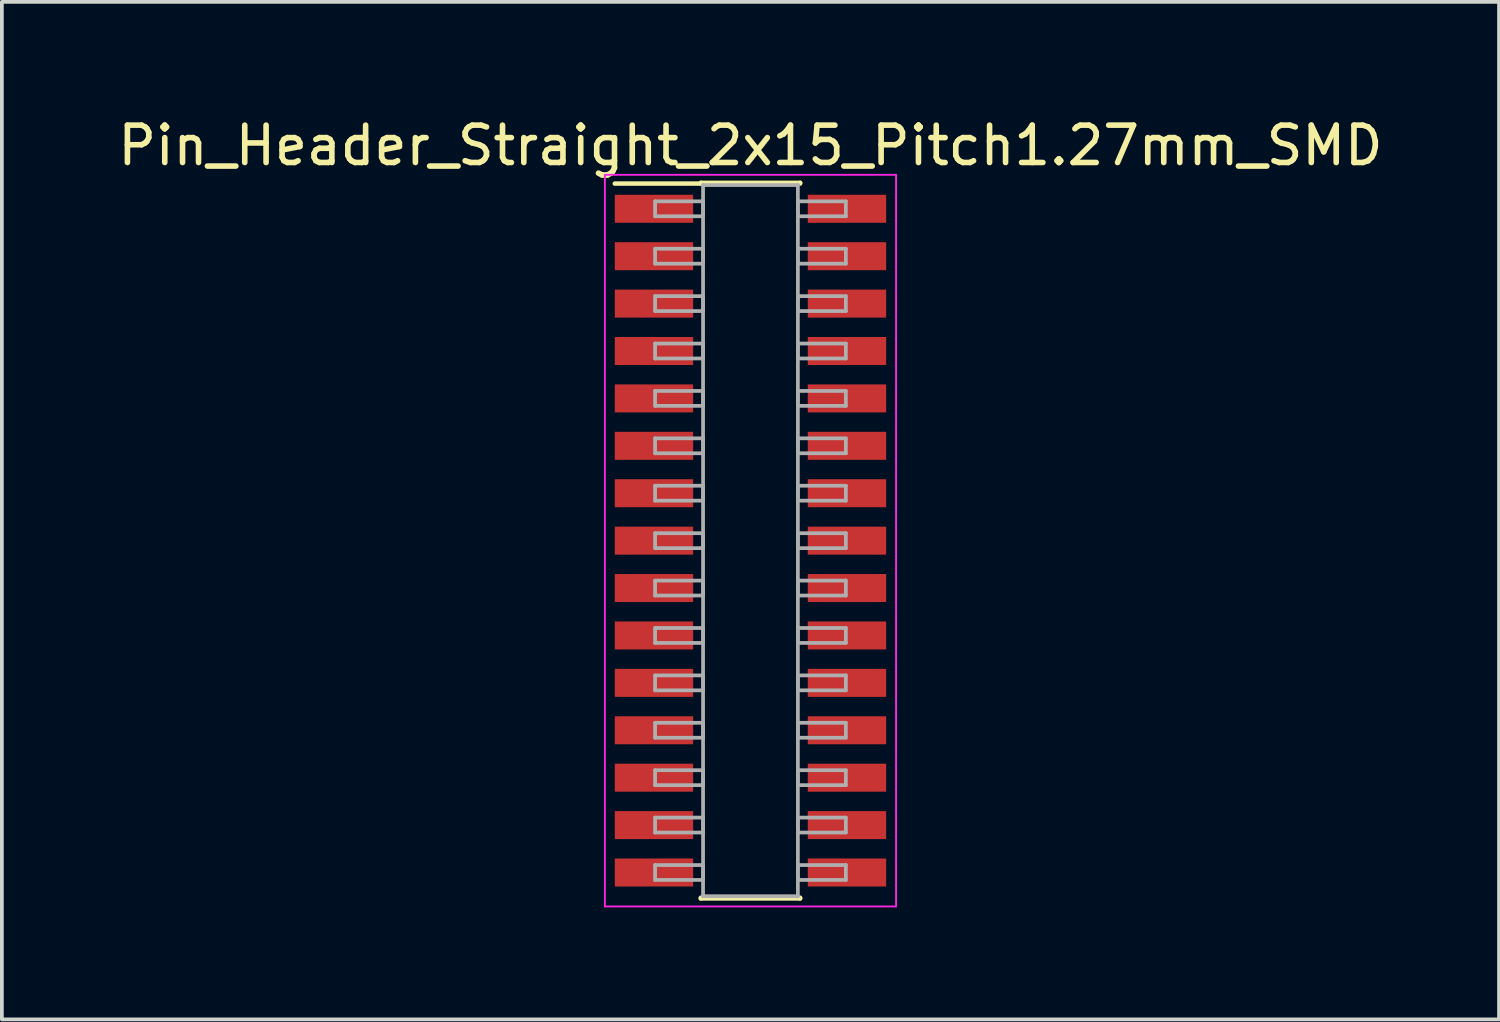
<source format=kicad_pcb>
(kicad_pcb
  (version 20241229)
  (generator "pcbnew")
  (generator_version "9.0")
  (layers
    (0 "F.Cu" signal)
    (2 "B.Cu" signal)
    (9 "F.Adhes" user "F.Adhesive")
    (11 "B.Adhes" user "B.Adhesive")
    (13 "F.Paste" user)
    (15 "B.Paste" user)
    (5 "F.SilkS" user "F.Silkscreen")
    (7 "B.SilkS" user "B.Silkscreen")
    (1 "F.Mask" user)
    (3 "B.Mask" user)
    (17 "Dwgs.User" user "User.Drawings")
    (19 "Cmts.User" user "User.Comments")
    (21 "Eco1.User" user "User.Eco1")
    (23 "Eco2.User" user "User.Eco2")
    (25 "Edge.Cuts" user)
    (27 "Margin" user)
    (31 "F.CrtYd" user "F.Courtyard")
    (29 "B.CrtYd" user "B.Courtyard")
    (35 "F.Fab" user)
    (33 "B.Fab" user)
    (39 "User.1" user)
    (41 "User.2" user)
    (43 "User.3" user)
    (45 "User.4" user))
  (footprint "Pin_Header_Straight_2x15_Pitch1.27mm_SMD"
    (layer "F.Cu")
    (at 17.054 11.433)
    (property "Reference" "Pin_Header_Straight_2x15_Pitch1.27mm_SMD" (at 0 -10.585 0) (layer "F.SilkS") (effects (font (size 1 1) (thickness 0.15))))
    (attr smd)
    (fp_line (start -3.635 -9.565) (end -1.33 -9.565) (stroke (width 0.12) (type solid)) (layer "F.SilkS"))
    (fp_line (start -1.33 -9.585) (end 1.33 -9.585) (stroke (width 0.12) (type solid)) (layer "F.SilkS"))
    (fp_line (start -1.33 -9.565) (end -1.33 -9.585) (stroke (width 0.12) (type solid)) (layer "F.SilkS"))
    (fp_line (start -1.33 9.565) (end -1.33 9.585) (stroke (width 0.12) (type solid)) (layer "F.SilkS"))
    (fp_line (start -1.33 9.585) (end 1.33 9.585) (stroke (width 0.12) (type solid)) (layer "F.SilkS"))
    (fp_line (start 1.33 -9.585) (end 1.33 -9.565) (stroke (width 0.12) (type solid)) (layer "F.SilkS"))
    (fp_line (start 1.33 9.585) (end 1.33 9.565) (stroke (width 0.12) (type solid)) (layer "F.SilkS"))
    (fp_line (start -3.9 -9.8) (end -3.9 9.8) (stroke (width 0.05) (type solid)) (layer "F.CrtYd"))
    (fp_line (start -3.9 9.8) (end 3.9 9.8) (stroke (width 0.05) (type solid)) (layer "F.CrtYd"))
    (fp_line (start 3.9 -9.8) (end -3.9 -9.8) (stroke (width 0.05) (type solid)) (layer "F.CrtYd"))
    (fp_line (start 3.9 9.8) (end 3.9 -9.8) (stroke (width 0.05) (type solid)) (layer "F.CrtYd"))
    (fp_line (start -2.555 -9.09) (end -1.27 -9.09) (stroke (width 0.1) (type solid)) (layer "F.Fab"))
    (fp_line (start -2.555 -8.69) (end -2.555 -9.09) (stroke (width 0.1) (type solid)) (layer "F.Fab"))
    (fp_line (start -2.555 -7.82) (end -1.27 -7.82) (stroke (width 0.1) (type solid)) (layer "F.Fab"))
    (fp_line (start -2.555 -7.42) (end -2.555 -7.82) (stroke (width 0.1) (type solid)) (layer "F.Fab"))
    (fp_line (start -2.555 -6.55) (end -1.27 -6.55) (stroke (width 0.1) (type solid)) (layer "F.Fab"))
    (fp_line (start -2.555 -6.15) (end -2.555 -6.55) (stroke (width 0.1) (type solid)) (layer "F.Fab"))
    (fp_line (start -2.555 -5.28) (end -1.27 -5.28) (stroke (width 0.1) (type solid)) (layer "F.Fab"))
    (fp_line (start -2.555 -4.88) (end -2.555 -5.28) (stroke (width 0.1) (type solid)) (layer "F.Fab"))
    (fp_line (start -2.555 -4.01) (end -1.27 -4.01) (stroke (width 0.1) (type solid)) (layer "F.Fab"))
    (fp_line (start -2.555 -3.61) (end -2.555 -4.01) (stroke (width 0.1) (type solid)) (layer "F.Fab"))
    (fp_line (start -2.555 -2.74) (end -1.27 -2.74) (stroke (width 0.1) (type solid)) (layer "F.Fab"))
    (fp_line (start -2.555 -2.34) (end -2.555 -2.74) (stroke (width 0.1) (type solid)) (layer "F.Fab"))
    (fp_line (start -2.555 -1.47) (end -1.27 -1.47) (stroke (width 0.1) (type solid)) (layer "F.Fab"))
    (fp_line (start -2.555 -1.07) (end -2.555 -1.47) (stroke (width 0.1) (type solid)) (layer "F.Fab"))
    (fp_line (start -2.555 -0.2) (end -1.27 -0.2) (stroke (width 0.1) (type solid)) (layer "F.Fab"))
    (fp_line (start -2.555 0.2) (end -2.555 -0.2) (stroke (width 0.1) (type solid)) (layer "F.Fab"))
    (fp_line (start -2.555 1.07) (end -1.27 1.07) (stroke (width 0.1) (type solid)) (layer "F.Fab"))
    (fp_line (start -2.555 1.47) (end -2.555 1.07) (stroke (width 0.1) (type solid)) (layer "F.Fab"))
    (fp_line (start -2.555 2.34) (end -1.27 2.34) (stroke (width 0.1) (type solid)) (layer "F.Fab"))
    (fp_line (start -2.555 2.74) (end -2.555 2.34) (stroke (width 0.1) (type solid)) (layer "F.Fab"))
    (fp_line (start -2.555 3.61) (end -1.27 3.61) (stroke (width 0.1) (type solid)) (layer "F.Fab"))
    (fp_line (start -2.555 4.01) (end -2.555 3.61) (stroke (width 0.1) (type solid)) (layer "F.Fab"))
    (fp_line (start -2.555 4.88) (end -1.27 4.88) (stroke (width 0.1) (type solid)) (layer "F.Fab"))
    (fp_line (start -2.555 5.28) (end -2.555 4.88) (stroke (width 0.1) (type solid)) (layer "F.Fab"))
    (fp_line (start -2.555 6.15) (end -1.27 6.15) (stroke (width 0.1) (type solid)) (layer "F.Fab"))
    (fp_line (start -2.555 6.55) (end -2.555 6.15) (stroke (width 0.1) (type solid)) (layer "F.Fab"))
    (fp_line (start -2.555 7.42) (end -1.27 7.42) (stroke (width 0.1) (type solid)) (layer "F.Fab"))
    (fp_line (start -2.555 7.82) (end -2.555 7.42) (stroke (width 0.1) (type solid)) (layer "F.Fab"))
    (fp_line (start -2.555 8.69) (end -1.27 8.69) (stroke (width 0.1) (type solid)) (layer "F.Fab"))
    (fp_line (start -2.555 9.09) (end -2.555 8.69) (stroke (width 0.1) (type solid)) (layer "F.Fab"))
    (fp_line (start -1.27 -9.525) (end -1.27 9.525) (stroke (width 0.1) (type solid)) (layer "F.Fab"))
    (fp_line (start -1.27 -9.09) (end -1.27 -8.69) (stroke (width 0.1) (type solid)) (layer "F.Fab"))
    (fp_line (start -1.27 -8.69) (end -2.555 -8.69) (stroke (width 0.1) (type solid)) (layer "F.Fab"))
    (fp_line (start -1.27 -7.82) (end -1.27 -7.42) (stroke (width 0.1) (type solid)) (layer "F.Fab"))
    (fp_line (start -1.27 -7.42) (end -2.555 -7.42) (stroke (width 0.1) (type solid)) (layer "F.Fab"))
    (fp_line (start -1.27 -6.55) (end -1.27 -6.15) (stroke (width 0.1) (type solid)) (layer "F.Fab"))
    (fp_line (start -1.27 -6.15) (end -2.555 -6.15) (stroke (width 0.1) (type solid)) (layer "F.Fab"))
    (fp_line (start -1.27 -5.28) (end -1.27 -4.88) (stroke (width 0.1) (type solid)) (layer "F.Fab"))
    (fp_line (start -1.27 -4.88) (end -2.555 -4.88) (stroke (width 0.1) (type solid)) (layer "F.Fab"))
    (fp_line (start -1.27 -4.01) (end -1.27 -3.61) (stroke (width 0.1) (type solid)) (layer "F.Fab"))
    (fp_line (start -1.27 -3.61) (end -2.555 -3.61) (stroke (width 0.1) (type solid)) (layer "F.Fab"))
    (fp_line (start -1.27 -2.74) (end -1.27 -2.34) (stroke (width 0.1) (type solid)) (layer "F.Fab"))
    (fp_line (start -1.27 -2.34) (end -2.555 -2.34) (stroke (width 0.1) (type solid)) (layer "F.Fab"))
    (fp_line (start -1.27 -1.47) (end -1.27 -1.07) (stroke (width 0.1) (type solid)) (layer "F.Fab"))
    (fp_line (start -1.27 -1.07) (end -2.555 -1.07) (stroke (width 0.1) (type solid)) (layer "F.Fab"))
    (fp_line (start -1.27 -0.2) (end -1.27 0.2) (stroke (width 0.1) (type solid)) (layer "F.Fab"))
    (fp_line (start -1.27 0.2) (end -2.555 0.2) (stroke (width 0.1) (type solid)) (layer "F.Fab"))
    (fp_line (start -1.27 1.07) (end -1.27 1.47) (stroke (width 0.1) (type solid)) (layer "F.Fab"))
    (fp_line (start -1.27 1.47) (end -2.555 1.47) (stroke (width 0.1) (type solid)) (layer "F.Fab"))
    (fp_line (start -1.27 2.34) (end -1.27 2.74) (stroke (width 0.1) (type solid)) (layer "F.Fab"))
    (fp_line (start -1.27 2.74) (end -2.555 2.74) (stroke (width 0.1) (type solid)) (layer "F.Fab"))
    (fp_line (start -1.27 3.61) (end -1.27 4.01) (stroke (width 0.1) (type solid)) (layer "F.Fab"))
    (fp_line (start -1.27 4.01) (end -2.555 4.01) (stroke (width 0.1) (type solid)) (layer "F.Fab"))
    (fp_line (start -1.27 4.88) (end -1.27 5.28) (stroke (width 0.1) (type solid)) (layer "F.Fab"))
    (fp_line (start -1.27 5.28) (end -2.555 5.28) (stroke (width 0.1) (type solid)) (layer "F.Fab"))
    (fp_line (start -1.27 6.15) (end -1.27 6.55) (stroke (width 0.1) (type solid)) (layer "F.Fab"))
    (fp_line (start -1.27 6.55) (end -2.555 6.55) (stroke (width 0.1) (type solid)) (layer "F.Fab"))
    (fp_line (start -1.27 7.42) (end -1.27 7.82) (stroke (width 0.1) (type solid)) (layer "F.Fab"))
    (fp_line (start -1.27 7.82) (end -2.555 7.82) (stroke (width 0.1) (type solid)) (layer "F.Fab"))
    (fp_line (start -1.27 8.69) (end -1.27 9.09) (stroke (width 0.1) (type solid)) (layer "F.Fab"))
    (fp_line (start -1.27 9.09) (end -2.555 9.09) (stroke (width 0.1) (type solid)) (layer "F.Fab"))
    (fp_line (start -1.27 9.525) (end 1.27 9.525) (stroke (width 0.1) (type solid)) (layer "F.Fab"))
    (fp_line (start 1.27 -9.525) (end -1.27 -9.525) (stroke (width 0.1) (type solid)) (layer "F.Fab"))
    (fp_line (start 1.27 -9.09) (end 1.27 -8.69) (stroke (width 0.1) (type solid)) (layer "F.Fab"))
    (fp_line (start 1.27 -8.69) (end 2.555 -8.69) (stroke (width 0.1) (type solid)) (layer "F.Fab"))
    (fp_line (start 1.27 -7.82) (end 1.27 -7.42) (stroke (width 0.1) (type solid)) (layer "F.Fab"))
    (fp_line (start 1.27 -7.42) (end 2.555 -7.42) (stroke (width 0.1) (type solid)) (layer "F.Fab"))
    (fp_line (start 1.27 -6.55) (end 1.27 -6.15) (stroke (width 0.1) (type solid)) (layer "F.Fab"))
    (fp_line (start 1.27 -6.15) (end 2.555 -6.15) (stroke (width 0.1) (type solid)) (layer "F.Fab"))
    (fp_line (start 1.27 -5.28) (end 1.27 -4.88) (stroke (width 0.1) (type solid)) (layer "F.Fab"))
    (fp_line (start 1.27 -4.88) (end 2.555 -4.88) (stroke (width 0.1) (type solid)) (layer "F.Fab"))
    (fp_line (start 1.27 -4.01) (end 1.27 -3.61) (stroke (width 0.1) (type solid)) (layer "F.Fab"))
    (fp_line (start 1.27 -3.61) (end 2.555 -3.61) (stroke (width 0.1) (type solid)) (layer "F.Fab"))
    (fp_line (start 1.27 -2.74) (end 1.27 -2.34) (stroke (width 0.1) (type solid)) (layer "F.Fab"))
    (fp_line (start 1.27 -2.34) (end 2.555 -2.34) (stroke (width 0.1) (type solid)) (layer "F.Fab"))
    (fp_line (start 1.27 -1.47) (end 1.27 -1.07) (stroke (width 0.1) (type solid)) (layer "F.Fab"))
    (fp_line (start 1.27 -1.07) (end 2.555 -1.07) (stroke (width 0.1) (type solid)) (layer "F.Fab"))
    (fp_line (start 1.27 -0.2) (end 1.27 0.2) (stroke (width 0.1) (type solid)) (layer "F.Fab"))
    (fp_line (start 1.27 0.2) (end 2.555 0.2) (stroke (width 0.1) (type solid)) (layer "F.Fab"))
    (fp_line (start 1.27 1.07) (end 1.27 1.47) (stroke (width 0.1) (type solid)) (layer "F.Fab"))
    (fp_line (start 1.27 1.47) (end 2.555 1.47) (stroke (width 0.1) (type solid)) (layer "F.Fab"))
    (fp_line (start 1.27 2.34) (end 1.27 2.74) (stroke (width 0.1) (type solid)) (layer "F.Fab"))
    (fp_line (start 1.27 2.74) (end 2.555 2.74) (stroke (width 0.1) (type solid)) (layer "F.Fab"))
    (fp_line (start 1.27 3.61) (end 1.27 4.01) (stroke (width 0.1) (type solid)) (layer "F.Fab"))
    (fp_line (start 1.27 4.01) (end 2.555 4.01) (stroke (width 0.1) (type solid)) (layer "F.Fab"))
    (fp_line (start 1.27 4.88) (end 1.27 5.28) (stroke (width 0.1) (type solid)) (layer "F.Fab"))
    (fp_line (start 1.27 5.28) (end 2.555 5.28) (stroke (width 0.1) (type solid)) (layer "F.Fab"))
    (fp_line (start 1.27 6.15) (end 1.27 6.55) (stroke (width 0.1) (type solid)) (layer "F.Fab"))
    (fp_line (start 1.27 6.55) (end 2.555 6.55) (stroke (width 0.1) (type solid)) (layer "F.Fab"))
    (fp_line (start 1.27 7.42) (end 1.27 7.82) (stroke (width 0.1) (type solid)) (layer "F.Fab"))
    (fp_line (start 1.27 7.82) (end 2.555 7.82) (stroke (width 0.1) (type solid)) (layer "F.Fab"))
    (fp_line (start 1.27 8.69) (end 1.27 9.09) (stroke (width 0.1) (type solid)) (layer "F.Fab"))
    (fp_line (start 1.27 9.09) (end 2.555 9.09) (stroke (width 0.1) (type solid)) (layer "F.Fab"))
    (fp_line (start 1.27 9.525) (end 1.27 -9.525) (stroke (width 0.1) (type solid)) (layer "F.Fab"))
    (fp_line (start 2.555 -9.09) (end 1.27 -9.09) (stroke (width 0.1) (type solid)) (layer "F.Fab"))
    (fp_line (start 2.555 -8.69) (end 2.555 -9.09) (stroke (width 0.1) (type solid)) (layer "F.Fab"))
    (fp_line (start 2.555 -7.82) (end 1.27 -7.82) (stroke (width 0.1) (type solid)) (layer "F.Fab"))
    (fp_line (start 2.555 -7.42) (end 2.555 -7.82) (stroke (width 0.1) (type solid)) (layer "F.Fab"))
    (fp_line (start 2.555 -6.55) (end 1.27 -6.55) (stroke (width 0.1) (type solid)) (layer "F.Fab"))
    (fp_line (start 2.555 -6.15) (end 2.555 -6.55) (stroke (width 0.1) (type solid)) (layer "F.Fab"))
    (fp_line (start 2.555 -5.28) (end 1.27 -5.28) (stroke (width 0.1) (type solid)) (layer "F.Fab"))
    (fp_line (start 2.555 -4.88) (end 2.555 -5.28) (stroke (width 0.1) (type solid)) (layer "F.Fab"))
    (fp_line (start 2.555 -4.01) (end 1.27 -4.01) (stroke (width 0.1) (type solid)) (layer "F.Fab"))
    (fp_line (start 2.555 -3.61) (end 2.555 -4.01) (stroke (width 0.1) (type solid)) (layer "F.Fab"))
    (fp_line (start 2.555 -2.74) (end 1.27 -2.74) (stroke (width 0.1) (type solid)) (layer "F.Fab"))
    (fp_line (start 2.555 -2.34) (end 2.555 -2.74) (stroke (width 0.1) (type solid)) (layer "F.Fab"))
    (fp_line (start 2.555 -1.47) (end 1.27 -1.47) (stroke (width 0.1) (type solid)) (layer "F.Fab"))
    (fp_line (start 2.555 -1.07) (end 2.555 -1.47) (stroke (width 0.1) (type solid)) (layer "F.Fab"))
    (fp_line (start 2.555 -0.2) (end 1.27 -0.2) (stroke (width 0.1) (type solid)) (layer "F.Fab"))
    (fp_line (start 2.555 0.2) (end 2.555 -0.2) (stroke (width 0.1) (type solid)) (layer "F.Fab"))
    (fp_line (start 2.555 1.07) (end 1.27 1.07) (stroke (width 0.1) (type solid)) (layer "F.Fab"))
    (fp_line (start 2.555 1.47) (end 2.555 1.07) (stroke (width 0.1) (type solid)) (layer "F.Fab"))
    (fp_line (start 2.555 2.34) (end 1.27 2.34) (stroke (width 0.1) (type solid)) (layer "F.Fab"))
    (fp_line (start 2.555 2.74) (end 2.555 2.34) (stroke (width 0.1) (type solid)) (layer "F.Fab"))
    (fp_line (start 2.555 3.61) (end 1.27 3.61) (stroke (width 0.1) (type solid)) (layer "F.Fab"))
    (fp_line (start 2.555 4.01) (end 2.555 3.61) (stroke (width 0.1) (type solid)) (layer "F.Fab"))
    (fp_line (start 2.555 4.88) (end 1.27 4.88) (stroke (width 0.1) (type solid)) (layer "F.Fab"))
    (fp_line (start 2.555 5.28) (end 2.555 4.88) (stroke (width 0.1) (type solid)) (layer "F.Fab"))
    (fp_line (start 2.555 6.15) (end 1.27 6.15) (stroke (width 0.1) (type solid)) (layer "F.Fab"))
    (fp_line (start 2.555 6.55) (end 2.555 6.15) (stroke (width 0.1) (type solid)) (layer "F.Fab"))
    (fp_line (start 2.555 7.42) (end 1.27 7.42) (stroke (width 0.1) (type solid)) (layer "F.Fab"))
    (fp_line (start 2.555 7.82) (end 2.555 7.42) (stroke (width 0.1) (type solid)) (layer "F.Fab"))
    (fp_line (start 2.555 8.69) (end 1.27 8.69) (stroke (width 0.1) (type solid)) (layer "F.Fab"))
    (fp_line (start 2.555 9.09) (end 2.555 8.69) (stroke (width 0.1) (type solid)) (layer "F.Fab"))
    (pad "1" smd rect (at -2.585 -8.89) (size 2.1 0.75) (layers "F.Cu" "F.Mask"))
    (pad "2" smd rect (at 2.585 -8.89) (size 2.1 0.75) (layers "F.Cu" "F.Mask"))
    (pad "3" smd rect (at -2.585 -7.62) (size 2.1 0.75) (layers "F.Cu" "F.Mask"))
    (pad "4" smd rect (at 2.585 -7.62) (size 2.1 0.75) (layers "F.Cu" "F.Mask"))
    (pad "5" smd rect (at -2.585 -6.35) (size 2.1 0.75) (layers "F.Cu" "F.Mask"))
    (pad "6" smd rect (at 2.585 -6.35) (size 2.1 0.75) (layers "F.Cu" "F.Mask"))
    (pad "7" smd rect (at -2.585 -5.08) (size 2.1 0.75) (layers "F.Cu" "F.Mask"))
    (pad "8" smd rect (at 2.585 -5.08) (size 2.1 0.75) (layers "F.Cu" "F.Mask"))
    (pad "9" smd rect (at -2.585 -3.81) (size 2.1 0.75) (layers "F.Cu" "F.Mask"))
    (pad "10" smd rect (at 2.585 -3.81) (size 2.1 0.75) (layers "F.Cu" "F.Mask"))
    (pad "11" smd rect (at -2.585 -2.54) (size 2.1 0.75) (layers "F.Cu" "F.Mask"))
    (pad "12" smd rect (at 2.585 -2.54) (size 2.1 0.75) (layers "F.Cu" "F.Mask"))
    (pad "13" smd rect (at -2.585 -1.27) (size 2.1 0.75) (layers "F.Cu" "F.Mask"))
    (pad "14" smd rect (at 2.585 -1.27) (size 2.1 0.75) (layers "F.Cu" "F.Mask"))
    (pad "15" smd rect (at -2.585 0) (size 2.1 0.75) (layers "F.Cu" "F.Mask"))
    (pad "16" smd rect (at 2.585 0) (size 2.1 0.75) (layers "F.Cu" "F.Mask"))
    (pad "17" smd rect (at -2.585 1.27) (size 2.1 0.75) (layers "F.Cu" "F.Mask"))
    (pad "18" smd rect (at 2.585 1.27) (size 2.1 0.75) (layers "F.Cu" "F.Mask"))
    (pad "19" smd rect (at -2.585 2.54) (size 2.1 0.75) (layers "F.Cu" "F.Mask"))
    (pad "20" smd rect (at 2.585 2.54) (size 2.1 0.75) (layers "F.Cu" "F.Mask"))
    (pad "21" smd rect (at -2.585 3.81) (size 2.1 0.75) (layers "F.Cu" "F.Mask"))
    (pad "22" smd rect (at 2.585 3.81) (size 2.1 0.75) (layers "F.Cu" "F.Mask"))
    (pad "23" smd rect (at -2.585 5.08) (size 2.1 0.75) (layers "F.Cu" "F.Mask"))
    (pad "24" smd rect (at 2.585 5.08) (size 2.1 0.75) (layers "F.Cu" "F.Mask"))
    (pad "25" smd rect (at -2.585 6.35) (size 2.1 0.75) (layers "F.Cu" "F.Mask"))
    (pad "26" smd rect (at 2.585 6.35) (size 2.1 0.75) (layers "F.Cu" "F.Mask"))
    (pad "27" smd rect (at -2.585 7.62) (size 2.1 0.75) (layers "F.Cu" "F.Mask"))
    (pad "28" smd rect (at 2.585 7.62) (size 2.1 0.75) (layers "F.Cu" "F.Mask"))
    (pad "29" smd rect (at -2.585 8.89) (size 2.1 0.75) (layers "F.Cu" "F.Mask"))
    (pad "30" smd rect (at 2.585 8.89) (size 2.1 0.75) (layers "F.Cu" "F.Mask")))
  (gr_rect
    (start -3 -3)
    (end 37.107 24.258)
    (stroke (width 0.1) (type default))
    (fill no)
    (layer "Edge.Cuts")))
</source>
